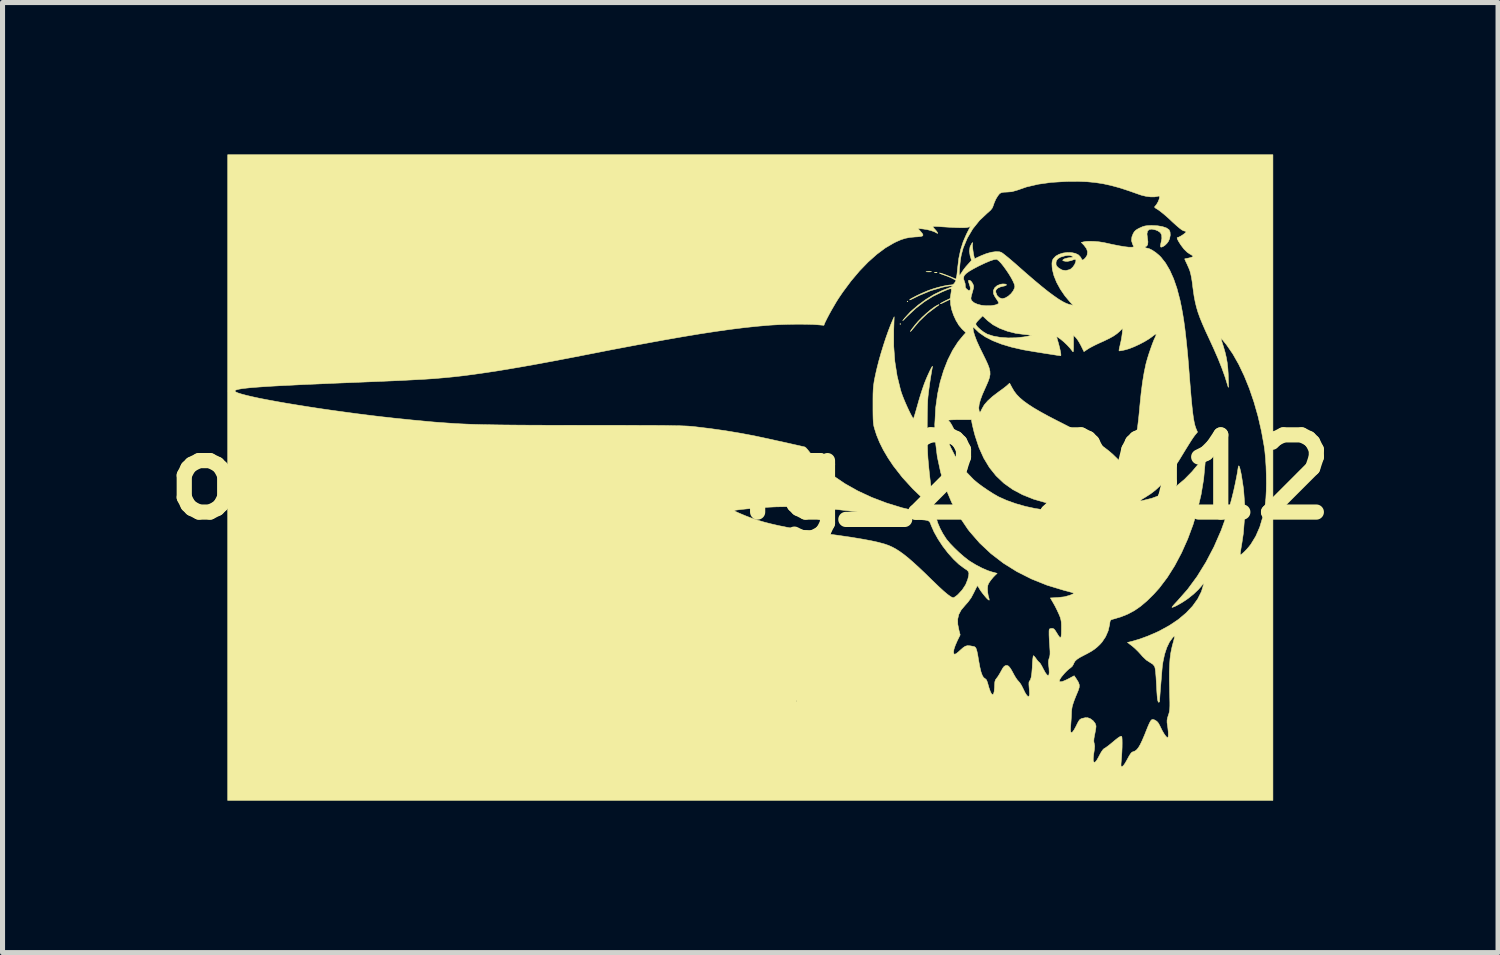
<source format=kicad_pcb>
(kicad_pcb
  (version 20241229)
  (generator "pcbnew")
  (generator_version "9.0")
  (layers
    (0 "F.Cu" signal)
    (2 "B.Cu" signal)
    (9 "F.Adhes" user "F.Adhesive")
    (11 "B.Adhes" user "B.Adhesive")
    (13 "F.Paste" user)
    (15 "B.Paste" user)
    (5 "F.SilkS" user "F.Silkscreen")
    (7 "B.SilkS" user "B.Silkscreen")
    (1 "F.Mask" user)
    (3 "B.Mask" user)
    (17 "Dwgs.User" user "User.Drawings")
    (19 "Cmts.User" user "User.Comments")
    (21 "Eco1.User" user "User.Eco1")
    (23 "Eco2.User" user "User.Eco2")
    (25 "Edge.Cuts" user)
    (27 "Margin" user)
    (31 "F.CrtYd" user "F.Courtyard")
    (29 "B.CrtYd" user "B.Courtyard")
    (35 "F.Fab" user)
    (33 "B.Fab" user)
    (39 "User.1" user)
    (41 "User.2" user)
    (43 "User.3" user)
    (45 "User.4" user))
  (footprint "otter_laying_2_2012"
    (layer "F.Cu")
    (at 11.764 6.371)
    (property "Reference" "otter_laying_2_2012" (at 0 0 0) (layer "F.SilkS") (effects (font (size 1.524 1.524) (thickness 0.3))))
    (attr through_hole)
    (fp_poly (pts (xy 2.969 -3.024) (xy 2.961 -3.016) (xy 2.953 -3.024) (xy 2.961 -3.032) (xy 2.969 -3.024)) (stroke (width 0.01) (type solid)) (fill yes) (layer "F.SilkS"))
    (fp_poly (pts (xy 3.111 -3.469) (xy 3.104 -3.461) (xy 3.096 -3.469) (xy 3.104 -3.477) (xy 3.111 -3.469)) (stroke (width 0.01) (type solid)) (fill yes) (layer "F.SilkS"))
    (fp_poly (pts (xy 3.568 -4.059) (xy 3.578 -4.056) (xy 3.56 -4.054) (xy 3.524 -4.053) (xy 3.485 -4.054) (xy 3.47 -4.056) (xy 3.481 -4.059) (xy 3.532 -4.062) (xy 3.568 -4.059)) (stroke (width 0.01) (type solid)) (fill yes) (layer "F.SilkS"))
    (fp_poly (pts (xy 3.687 -4.043) (xy 3.688 -4.037) (xy 3.663 -4.035) (xy 3.659 -4.035) (xy 3.635 -4.038) (xy 3.637 -4.042) (xy 3.64 -4.043) (xy 3.674 -4.046) (xy 3.687 -4.043)) (stroke (width 0.01) (type solid)) (fill yes) (layer "F.SilkS"))
    (fp_poly (pts (xy 3.72 -3.397) (xy 3.686 -3.373) (xy 3.663 -3.357) (xy 3.495 -3.23) (xy 3.335 -3.077) (xy 3.188 -2.902) (xy 3.184 -2.897) (xy 3.166 -2.877) (xy 3.16 -2.876) (xy 3.169 -2.893) (xy 3.193 -2.928) (xy 3.23 -2.975) (xy 3.254 -3.007) (xy 3.316 -3.078) (xy 3.392 -3.156) (xy 3.475 -3.232) (xy 3.556 -3.301) (xy 3.63 -3.356) (xy 3.669 -3.38) (xy 3.711 -3.403) (xy 3.728 -3.408) (xy 3.72 -3.397)) (stroke (width 0.01) (type solid)) (fill yes) (layer "F.SilkS"))
    (fp_poly (pts (xy 2.832 -2.897) (xy 2.832 -2.586) (xy 2.854 -2.285) (xy 2.899 -1.998) (xy 2.965 -1.729) (xy 2.984 -1.666) (xy 3.006 -1.606) (xy 3.034 -1.535) (xy 3.067 -1.457) (xy 3.102 -1.378) (xy 3.137 -1.304) (xy 3.169 -1.24) (xy 3.196 -1.191) (xy 3.214 -1.163) (xy 3.22 -1.159) (xy 3.228 -1.173) (xy 3.242 -1.214) (xy 3.26 -1.274) (xy 3.282 -1.351) (xy 3.3 -1.414) (xy 3.329 -1.517) (xy 3.362 -1.627) (xy 3.396 -1.732) (xy 3.427 -1.821) (xy 3.436 -1.846) (xy 3.464 -1.917) (xy 3.494 -1.988) (xy 3.524 -2.054) (xy 3.551 -2.111) (xy 3.574 -2.156) (xy 3.59 -2.183) (xy 3.598 -2.188) (xy 3.596 -2.175) (xy 3.585 -2.116) (xy 3.571 -2.033) (xy 3.555 -1.936) (xy 3.54 -1.833) (xy 3.526 -1.732) (xy 3.515 -1.642) (xy 3.509 -1.59) (xy 3.503 -1.514) (xy 3.499 -1.412) (xy 3.496 -1.29) (xy 3.494 -1.154) (xy 3.493 -1.011) (xy 3.494 -0.865) (xy 3.495 -0.723) (xy 3.498 -0.592) (xy 3.502 -0.476) (xy 3.507 -0.382) (xy 3.509 -0.357) (xy 3.526 -0.17) (xy 3.546 0.015) (xy 3.567 0.189) (xy 3.589 0.344) (xy 3.604 0.436) (xy 3.615 0.506) (xy 3.624 0.564) (xy 3.629 0.602) (xy 3.629 0.615) (xy 3.616 0.606) (xy 3.584 0.58) (xy 3.538 0.54) (xy 3.48 0.489) (xy 3.451 0.463) (xy 3.212 0.234) (xy 3.003 0.006) (xy 2.824 -0.224) (xy 2.72 -0.379) (xy 2.627 -0.537) (xy 2.553 -0.685) (xy 2.493 -0.832) (xy 2.465 -0.92) (xy 2.451 -0.965) (xy 2.44 -1.006) (xy 2.433 -1.047) (xy 2.428 -1.094) (xy 2.425 -1.152) (xy 2.423 -1.227) (xy 2.422 -1.324) (xy 2.422 -1.413) (xy 2.422 -1.541) (xy 2.423 -1.645) (xy 2.427 -1.733) (xy 2.434 -1.811) (xy 2.445 -1.888) (xy 2.461 -1.971) (xy 2.482 -2.069) (xy 2.503 -2.159) (xy 2.537 -2.293) (xy 2.579 -2.441) (xy 2.626 -2.594) (xy 2.675 -2.745) (xy 2.725 -2.886) (xy 2.773 -3.011) (xy 2.811 -3.101) (xy 2.841 -3.167) (xy 2.832 -2.897)) (stroke (width 0.01) (type solid)) (fill yes) (layer "F.SilkS"))
    (fp_poly (pts (xy 10.319 6.382) (xy -10.319 6.382) (xy -10.319 4.421) (xy 0.905 4.421) (xy 0.913 4.429) (xy 0.921 4.421) (xy 0.913 4.413) (xy 0.905 4.421) (xy -10.319 4.421) (xy -10.319 0.66) (xy -0.315 0.66) (xy -0.306 0.669) (xy -0.272 0.687) (xy -0.219 0.711) (xy -0.153 0.739) (xy -0.08 0.769) (xy -0.004 0.798) (xy 0.052 0.818) (xy 0.163 0.855) (xy 0.282 0.89) (xy 0.412 0.923) (xy 0.555 0.956) (xy 0.714 0.988) (xy 0.892 1.021) (xy 1.092 1.054) (xy 1.316 1.089) (xy 1.567 1.126) (xy 1.746 1.151) (xy 1.988 1.186) (xy 2.199 1.221) (xy 2.379 1.254) (xy 2.528 1.287) (xy 2.647 1.319) (xy 2.731 1.348) (xy 2.802 1.38) (xy 2.873 1.418) (xy 2.947 1.465) (xy 3.026 1.522) (xy 3.113 1.591) (xy 3.211 1.676) (xy 3.322 1.777) (xy 3.449 1.897) (xy 3.594 2.039) (xy 3.604 2.048) (xy 3.722 2.162) (xy 3.82 2.252) (xy 3.899 2.318) (xy 3.959 2.361) (xy 4 2.38) (xy 4.009 2.381) (xy 4.03 2.371) (xy 4.066 2.346) (xy 4.1 2.318) (xy 4.184 2.227) (xy 4.252 2.123) (xy 4.295 2.015) (xy 4.295 2.013) (xy 4.312 1.944) (xy 4.316 1.897) (xy 4.305 1.864) (xy 4.277 1.834) (xy 4.227 1.801) (xy 4.227 1.801) (xy 4.121 1.722) (xy 4.012 1.619) (xy 3.903 1.497) (xy 3.8 1.363) (xy 3.707 1.222) (xy 3.628 1.081) (xy 3.572 0.954) (xy 3.558 0.915) (xy 3.544 0.887) (xy 3.525 0.868) (xy 3.496 0.855) (xy 3.452 0.847) (xy 3.388 0.841) (xy 3.297 0.834) (xy 3.294 0.833) (xy 3.204 0.825) (xy 3.088 0.813) (xy 2.948 0.797) (xy 2.79 0.777) (xy 2.618 0.755) (xy 2.436 0.731) (xy 2.322 0.715) (xy 2.005 0.673) (xy 1.714 0.639) (xy 1.446 0.613) (xy 1.195 0.595) (xy 0.959 0.585) (xy 0.733 0.582) (xy 0.512 0.586) (xy 0.445 0.589) (xy 0.347 0.594) (xy 0.242 0.6) (xy 0.133 0.608) (xy 0.026 0.617) (xy -0.074 0.627) (xy -0.163 0.636) (xy -0.236 0.645) (xy -0.288 0.652) (xy -0.314 0.659) (xy -0.315 0.66) (xy -10.319 0.66) (xy -10.319 -1.7) (xy -10.176 -1.7) (xy -10.16 -1.683) (xy -10.116 -1.663) (xy -10.043 -1.64) (xy -9.945 -1.614) (xy -9.824 -1.586) (xy -9.681 -1.555) (xy -9.519 -1.524) (xy -9.34 -1.491) (xy -9.146 -1.457) (xy -8.938 -1.423) (xy -8.719 -1.388) (xy -8.491 -1.353) (xy -8.255 -1.319) (xy -8.015 -1.286) (xy -7.771 -1.253) (xy -7.527 -1.222) (xy -7.283 -1.193) (xy -7.043 -1.166) (xy -6.826 -1.144) (xy -6.662 -1.127) (xy -6.51 -1.113) (xy -6.367 -1.099) (xy -6.231 -1.087) (xy -6.1 -1.077) (xy -5.971 -1.068) (xy -5.841 -1.059) (xy -5.709 -1.052) (xy -5.573 -1.046) (xy -5.429 -1.041) (xy -5.275 -1.037) (xy -5.11 -1.034) (xy -4.93 -1.031) (xy -4.733 -1.029) (xy -4.517 -1.027) (xy -4.28 -1.026) (xy -4.019 -1.025) (xy -3.732 -1.025) (xy -3.416 -1.024) (xy -3.302 -1.024) (xy -3.007 -1.024) (xy -2.743 -1.024) (xy -2.506 -1.024) (xy -2.295 -1.023) (xy -2.109 -1.022) (xy -1.945 -1.022) (xy -1.802 -1.021) (xy -1.677 -1.02) (xy -1.569 -1.018) (xy -1.477 -1.016) (xy -1.397 -1.015) (xy -1.328 -1.012) (xy -1.269 -1.01) (xy -1.217 -1.007) (xy -1.171 -1.003) (xy -1.129 -1) (xy -1.088 -0.995) (xy -1.087 -0.995) (xy -0.788 -0.959) (xy -0.486 -0.916) (xy -0.192 -0.867) (xy 0.084 -0.815) (xy 0.144 -0.802) (xy 0.224 -0.785) (xy 0.318 -0.765) (xy 0.424 -0.742) (xy 0.534 -0.717) (xy 0.646 -0.693) (xy 0.754 -0.669) (xy 0.854 -0.646) (xy 0.941 -0.627) (xy 1.011 -0.611) (xy 1.059 -0.6) (xy 1.079 -0.595) (xy 1.1 -0.578) (xy 1.132 -0.543) (xy 1.167 -0.498) (xy 1.221 -0.429) (xy 1.294 -0.347) (xy 1.379 -0.26) (xy 1.469 -0.174) (xy 1.557 -0.094) (xy 1.636 -0.03) (xy 1.64 -0.026) (xy 1.869 0.129) (xy 2.123 0.272) (xy 2.399 0.4) (xy 2.691 0.511) (xy 2.997 0.605) (xy 3.312 0.68) (xy 3.483 0.711) (xy 3.657 0.739) (xy 3.675 0.82) (xy 3.703 0.909) (xy 3.747 1.011) (xy 3.802 1.115) (xy 3.863 1.21) (xy 3.88 1.234) (xy 3.945 1.311) (xy 4.029 1.398) (xy 4.122 1.487) (xy 4.217 1.57) (xy 4.305 1.639) (xy 4.335 1.66) (xy 4.453 1.732) (xy 4.574 1.795) (xy 4.689 1.845) (xy 4.775 1.873) (xy 4.874 1.899) (xy 4.833 1.938) (xy 4.799 1.973) (xy 4.759 2.021) (xy 4.737 2.05) (xy 4.705 2.098) (xy 4.689 2.14) (xy 4.684 2.19) (xy 4.684 2.217) (xy 4.688 2.28) (xy 4.698 2.341) (xy 4.706 2.369) (xy 4.716 2.406) (xy 4.717 2.427) (xy 4.715 2.429) (xy 4.695 2.417) (xy 4.663 2.386) (xy 4.625 2.342) (xy 4.585 2.292) (xy 4.549 2.243) (xy 4.533 2.218) (xy 4.508 2.176) (xy 4.49 2.149) (xy 4.485 2.143) (xy 4.476 2.156) (xy 4.457 2.192) (xy 4.431 2.245) (xy 4.413 2.282) (xy 4.36 2.382) (xy 4.298 2.467) (xy 4.239 2.533) (xy 4.164 2.622) (xy 4.117 2.71) (xy 4.095 2.803) (xy 4.097 2.907) (xy 4.12 3.022) (xy 4.144 3.114) (xy 4.088 3.228) (xy 4.047 3.322) (xy 4.021 3.399) (xy 4.013 3.455) (xy 4.021 3.489) (xy 4.025 3.493) (xy 4.041 3.496) (xy 4.068 3.483) (xy 4.109 3.45) (xy 4.146 3.416) (xy 4.201 3.368) (xy 4.244 3.339) (xy 4.287 3.327) (xy 4.339 3.33) (xy 4.409 3.343) (xy 4.431 3.35) (xy 4.448 3.365) (xy 4.462 3.392) (xy 4.475 3.436) (xy 4.489 3.501) (xy 4.504 3.592) (xy 4.509 3.621) (xy 4.532 3.747) (xy 4.555 3.844) (xy 4.58 3.913) (xy 4.606 3.957) (xy 4.634 3.976) (xy 4.663 4.002) (xy 4.683 4.053) (xy 4.713 4.159) (xy 4.74 4.234) (xy 4.764 4.28) (xy 4.785 4.295) (xy 4.802 4.28) (xy 4.815 4.234) (xy 4.822 4.157) (xy 4.824 4.105) (xy 4.828 4.043) (xy 4.84 4.003) (xy 4.862 3.973) (xy 4.887 3.94) (xy 4.919 3.889) (xy 4.952 3.831) (xy 4.953 3.829) (xy 4.985 3.771) (xy 5.011 3.738) (xy 5.035 3.722) (xy 5.051 3.718) (xy 5.076 3.719) (xy 5.099 3.731) (xy 5.124 3.759) (xy 5.155 3.806) (xy 5.194 3.877) (xy 5.207 3.902) (xy 5.239 3.957) (xy 5.272 4.004) (xy 5.297 4.032) (xy 5.322 4.061) (xy 5.353 4.109) (xy 5.382 4.166) (xy 5.384 4.17) (xy 5.423 4.251) (xy 5.457 4.305) (xy 5.483 4.33) (xy 5.502 4.327) (xy 5.512 4.298) (xy 5.513 4.264) (xy 5.51 4.211) (xy 5.505 4.152) (xy 5.501 4.094) (xy 5.502 4.052) (xy 5.508 4.033) (xy 5.508 4.032) (xy 5.529 4.005) (xy 5.546 3.952) (xy 5.558 3.87) (xy 5.567 3.759) (xy 5.568 3.727) (xy 5.572 3.651) (xy 5.578 3.588) (xy 5.584 3.544) (xy 5.589 3.525) (xy 5.59 3.524) (xy 5.606 3.536) (xy 5.631 3.567) (xy 5.645 3.587) (xy 5.673 3.625) (xy 5.698 3.651) (xy 5.705 3.656) (xy 5.721 3.673) (xy 5.745 3.711) (xy 5.774 3.764) (xy 5.783 3.783) (xy 5.824 3.858) (xy 5.857 3.903) (xy 5.881 3.917) (xy 5.897 3.9) (xy 5.902 3.854) (xy 5.898 3.777) (xy 5.895 3.749) (xy 5.887 3.678) (xy 5.888 3.629) (xy 5.896 3.59) (xy 5.902 3.572) (xy 5.913 3.538) (xy 5.918 3.495) (xy 5.918 3.437) (xy 5.913 3.356) (xy 5.913 3.35) (xy 5.907 3.267) (xy 5.902 3.185) (xy 5.899 3.115) (xy 5.899 3.088) (xy 5.899 3.035) (xy 5.903 3.006) (xy 5.915 2.993) (xy 5.939 2.988) (xy 5.946 2.988) (xy 5.974 2.988) (xy 5.996 2.998) (xy 6.019 3.025) (xy 6.05 3.074) (xy 6.085 3.13) (xy 6.11 3.162) (xy 6.127 3.167) (xy 6.137 3.145) (xy 6.142 3.094) (xy 6.143 3.013) (xy 6.143 2.998) (xy 6.143 2.917) (xy 6.14 2.858) (xy 6.132 2.812) (xy 6.12 2.768) (xy 6.099 2.717) (xy 6.091 2.699) (xy 6.057 2.625) (xy 6.018 2.547) (xy 5.982 2.483) (xy 5.925 2.385) (xy 6.07 2.377) (xy 6.203 2.362) (xy 6.307 2.333) (xy 6.353 2.314) (xy 6.384 2.298) (xy 6.392 2.291) (xy 6.375 2.285) (xy 6.333 2.272) (xy 6.272 2.255) (xy 6.198 2.236) (xy 6.181 2.231) (xy 5.858 2.133) (xy 5.552 2.01) (xy 5.264 1.865) (xy 4.997 1.698) (xy 4.751 1.509) (xy 4.528 1.3) (xy 4.329 1.071) (xy 4.293 1.024) (xy 4.121 0.768) (xy 3.974 0.495) (xy 3.853 0.207) (xy 3.759 -0.093) (xy 3.692 -0.403) (xy 3.653 -0.721) (xy 3.642 -1.044) (xy 3.647 -1.12) (xy 3.904 -1.12) (xy 3.914 -1.11) (xy 3.918 -1.109) (xy 3.943 -1.085) (xy 3.974 -1.037) (xy 4.009 -0.969) (xy 4.044 -0.885) (xy 4.047 -0.877) (xy 4.079 -0.805) (xy 4.11 -0.748) (xy 4.138 -0.715) (xy 4.138 -0.715) (xy 4.178 -0.684) (xy 4.133 -0.672) (xy 4.09 -0.665) (xy 4.033 -0.661) (xy 4.006 -0.661) (xy 3.923 -0.663) (xy 3.963 -0.574) (xy 4.046 -0.411) (xy 4.152 -0.247) (xy 4.273 -0.093) (xy 4.402 0.041) (xy 4.418 0.056) (xy 4.492 0.118) (xy 4.585 0.187) (xy 4.687 0.257) (xy 4.788 0.322) (xy 4.879 0.375) (xy 4.905 0.389) (xy 5.064 0.46) (xy 5.244 0.524) (xy 5.434 0.578) (xy 5.625 0.619) (xy 5.731 0.635) (xy 5.783 0.64) (xy 5.855 0.643) (xy 5.944 0.644) (xy 6.041 0.644) (xy 6.142 0.643) (xy 6.24 0.641) (xy 6.331 0.638) (xy 6.407 0.634) (xy 6.463 0.629) (xy 6.492 0.623) (xy 6.507 0.615) (xy 6.502 0.609) (xy 6.472 0.603) (xy 6.413 0.597) (xy 6.413 0.597) (xy 6.115 0.559) (xy 5.843 0.506) (xy 5.598 0.436) (xy 5.377 0.348) (xy 5.18 0.243) (xy 5.005 0.118) (xy 4.853 -0.026) (xy 4.721 -0.191) (xy 4.609 -0.377) (xy 4.515 -0.585) (xy 4.439 -0.816) (xy 4.423 -0.873) (xy 4.405 -0.945) (xy 4.389 -1.012) (xy 4.378 -1.063) (xy 4.375 -1.079) (xy 4.366 -1.135) (xy 4.135 -1.135) (xy 4.034 -1.134) (xy 3.962 -1.131) (xy 3.92 -1.127) (xy 3.904 -1.12) (xy 3.647 -1.12) (xy 3.66 -1.37) (xy 3.698 -1.643) (xy 3.749 -1.879) (xy 3.817 -2.104) (xy 3.899 -2.314) (xy 3.995 -2.505) (xy 4.103 -2.673) (xy 4.211 -2.804) (xy 4.257 -2.854) (xy 4.186 -2.92) (xy 4.166 -2.944) (xy 4.397 -2.944) (xy 4.405 -2.88) (xy 4.43 -2.796) (xy 4.47 -2.69) (xy 4.529 -2.56) (xy 4.591 -2.434) (xy 4.647 -2.32) (xy 4.689 -2.229) (xy 4.717 -2.154) (xy 4.732 -2.09) (xy 4.734 -2.03) (xy 4.723 -1.968) (xy 4.7 -1.9) (xy 4.665 -1.818) (xy 4.64 -1.762) (xy 4.582 -1.631) (xy 4.542 -1.523) (xy 4.519 -1.436) (xy 4.511 -1.366) (xy 4.518 -1.311) (xy 4.521 -1.303) (xy 4.53 -1.284) (xy 4.539 -1.282) (xy 4.552 -1.303) (xy 4.574 -1.348) (xy 4.576 -1.352) (xy 4.62 -1.428) (xy 4.688 -1.506) (xy 4.781 -1.591) (xy 4.902 -1.683) (xy 4.913 -1.691) (xy 4.973 -1.734) (xy 5.027 -1.775) (xy 5.068 -1.808) (xy 5.08 -1.819) (xy 5.12 -1.856) (xy 5.168 -1.766) (xy 5.208 -1.698) (xy 5.257 -1.633) (xy 5.319 -1.569) (xy 5.395 -1.504) (xy 5.488 -1.437) (xy 5.599 -1.365) (xy 5.733 -1.287) (xy 5.89 -1.201) (xy 6.074 -1.106) (xy 6.128 -1.079) (xy 6.327 -0.977) (xy 6.499 -0.886) (xy 6.649 -0.804) (xy 6.779 -0.727) (xy 6.892 -0.656) (xy 6.991 -0.586) (xy 7.08 -0.517) (xy 7.161 -0.447) (xy 7.238 -0.372) (xy 7.279 -0.33) (xy 7.406 -0.195) (xy 7.433 -0.244) (xy 7.452 -0.283) (xy 7.477 -0.34) (xy 7.504 -0.404) (xy 7.507 -0.413) (xy 7.543 -0.509) (xy 7.574 -0.61) (xy 7.601 -0.72) (xy 7.625 -0.843) (xy 7.646 -0.983) (xy 7.666 -1.145) (xy 7.685 -1.334) (xy 7.691 -1.405) (xy 7.716 -1.653) (xy 7.744 -1.874) (xy 7.776 -2.066) (xy 7.81 -2.228) (xy 7.818 -2.26) (xy 7.842 -2.345) (xy 7.872 -2.441) (xy 7.906 -2.54) (xy 7.939 -2.632) (xy 7.97 -2.711) (xy 7.995 -2.765) (xy 8.013 -2.807) (xy 8.013 -2.825) (xy 7.993 -2.819) (xy 7.952 -2.789) (xy 7.94 -2.779) (xy 7.872 -2.73) (xy 7.783 -2.676) (xy 7.682 -2.623) (xy 7.578 -2.575) (xy 7.481 -2.537) (xy 7.407 -2.515) (xy 7.349 -2.502) (xy 7.305 -2.495) (xy 7.282 -2.493) (xy 7.281 -2.493) (xy 7.281 -2.511) (xy 7.288 -2.551) (xy 7.301 -2.605) (xy 7.302 -2.612) (xy 7.32 -2.689) (xy 7.335 -2.774) (xy 7.343 -2.832) (xy 7.354 -2.941) (xy 7.292 -2.879) (xy 7.239 -2.833) (xy 7.173 -2.787) (xy 7.089 -2.74) (xy 6.982 -2.688) (xy 6.899 -2.651) (xy 6.824 -2.616) (xy 6.751 -2.579) (xy 6.69 -2.546) (xy 6.665 -2.53) (xy 6.588 -2.478) (xy 6.53 -2.596) (xy 6.496 -2.658) (xy 6.461 -2.714) (xy 6.431 -2.753) (xy 6.427 -2.757) (xy 6.382 -2.8) (xy 6.382 -2.627) (xy 6.382 -2.551) (xy 6.38 -2.504) (xy 6.377 -2.479) (xy 6.371 -2.474) (xy 6.362 -2.484) (xy 6.356 -2.493) (xy 6.314 -2.546) (xy 6.256 -2.609) (xy 6.192 -2.67) (xy 6.131 -2.721) (xy 6.113 -2.734) (xy 6.073 -2.762) (xy 6.054 -2.772) (xy 6.05 -2.766) (xy 6.055 -2.745) (xy 6.084 -2.645) (xy 6.107 -2.557) (xy 6.123 -2.484) (xy 6.132 -2.431) (xy 6.132 -2.402) (xy 6.129 -2.397) (xy 6.107 -2.4) (xy 6.059 -2.406) (xy 5.991 -2.417) (xy 5.907 -2.43) (xy 5.815 -2.444) (xy 5.718 -2.46) (xy 5.622 -2.475) (xy 5.534 -2.49) (xy 5.457 -2.503) (xy 5.399 -2.513) (xy 5.374 -2.518) (xy 5.156 -2.568) (xy 4.959 -2.627) (xy 4.786 -2.695) (xy 4.638 -2.771) (xy 4.518 -2.854) (xy 4.441 -2.927) (xy 4.414 -2.955) (xy 4.401 -2.961) (xy 4.397 -2.947) (xy 4.397 -2.944) (xy 4.166 -2.944) (xy 4.123 -2.993) (xy 4.108 -3.018) (xy 4.453 -3.018) (xy 4.458 -3.005) (xy 4.491 -2.962) (xy 4.543 -2.914) (xy 4.604 -2.867) (xy 4.665 -2.831) (xy 4.68 -2.823) (xy 4.798 -2.785) (xy 4.937 -2.76) (xy 5.09 -2.749) (xy 5.25 -2.752) (xy 5.403 -2.769) (xy 5.466 -2.78) (xy 5.516 -2.79) (xy 5.546 -2.797) (xy 5.551 -2.799) (xy 5.539 -2.803) (xy 5.502 -2.808) (xy 5.447 -2.814) (xy 5.412 -2.817) (xy 5.24 -2.84) (xy 5.075 -2.882) (xy 4.924 -2.939) (xy 4.791 -3.01) (xy 4.683 -3.093) (xy 4.674 -3.102) (xy 4.588 -3.184) (xy 4.515 -3.11) (xy 4.476 -3.068) (xy 4.456 -3.039) (xy 4.453 -3.018) (xy 4.108 -3.018) (xy 4.064 -3.089) (xy 4.014 -3.197) (xy 3.976 -3.308) (xy 3.955 -3.413) (xy 3.953 -3.458) (xy 3.951 -3.493) (xy 3.945 -3.508) (xy 3.944 -3.508) (xy 3.927 -3.502) (xy 3.89 -3.484) (xy 3.84 -3.46) (xy 3.84 -3.46) (xy 3.793 -3.437) (xy 3.762 -3.425) (xy 3.751 -3.424) (xy 3.752 -3.424) (xy 3.769 -3.438) (xy 3.807 -3.459) (xy 3.853 -3.483) (xy 3.947 -3.527) (xy 3.962 -3.629) (xy 3.969 -3.674) (xy 3.971 -3.703) (xy 3.964 -3.718) (xy 3.944 -3.72) (xy 3.906 -3.708) (xy 3.846 -3.683) (xy 3.78 -3.655) (xy 3.604 -3.569) (xy 3.435 -3.463) (xy 3.27 -3.335) (xy 3.102 -3.179) (xy 3.092 -3.169) (xy 3.044 -3.121) (xy 3.017 -3.094) (xy 3.009 -3.089) (xy 3.019 -3.104) (xy 3.046 -3.137) (xy 3.047 -3.139) (xy 3.165 -3.268) (xy 3.308 -3.392) (xy 3.466 -3.508) (xy 3.632 -3.609) (xy 3.799 -3.689) (xy 3.889 -3.723) (xy 3.952 -3.747) (xy 3.985 -3.764) (xy 3.991 -3.775) (xy 3.971 -3.779) (xy 3.926 -3.775) (xy 3.86 -3.764) (xy 3.785 -3.747) (xy 3.558 -3.68) (xy 3.335 -3.587) (xy 3.264 -3.552) (xy 3.208 -3.524) (xy 3.167 -3.505) (xy 3.145 -3.498) (xy 3.144 -3.501) (xy 3.167 -3.519) (xy 3.214 -3.545) (xy 3.277 -3.578) (xy 3.349 -3.613) (xy 3.425 -3.647) (xy 3.498 -3.678) (xy 3.532 -3.691) (xy 3.616 -3.72) (xy 3.708 -3.747) (xy 3.798 -3.769) (xy 3.879 -3.786) (xy 3.941 -3.794) (xy 3.953 -3.794) (xy 3.998 -3.8) (xy 4.027 -3.825) (xy 4.036 -3.839) (xy 4.063 -3.884) (xy 4.004 -3.917) (xy 3.959 -3.939) (xy 3.897 -3.965) (xy 3.831 -3.989) (xy 3.826 -3.991) (xy 3.775 -4.009) (xy 3.743 -4.023) (xy 3.735 -4.031) (xy 3.739 -4.032) (xy 3.765 -4.026) (xy 3.813 -4.01) (xy 3.875 -3.987) (xy 3.945 -3.96) (xy 4.013 -3.931) (xy 4.057 -3.912) (xy 4.066 -3.924) (xy 4.071 -3.949) (xy 4.211 -3.949) (xy 4.212 -3.91) (xy 4.227 -3.867) (xy 4.227 -3.866) (xy 4.242 -3.822) (xy 4.245 -3.784) (xy 4.244 -3.781) (xy 4.249 -3.743) (xy 4.269 -3.716) (xy 4.306 -3.688) (xy 4.332 -3.687) (xy 4.344 -3.711) (xy 4.341 -3.756) (xy 4.326 -3.804) (xy 4.312 -3.847) (xy 4.306 -3.877) (xy 4.308 -3.884) (xy 4.331 -3.888) (xy 4.359 -3.868) (xy 4.387 -3.829) (xy 4.392 -3.819) (xy 4.405 -3.79) (xy 4.41 -3.763) (xy 4.406 -3.731) (xy 4.394 -3.683) (xy 4.383 -3.644) (xy 4.365 -3.582) (xy 4.357 -3.542) (xy 4.357 -3.516) (xy 4.366 -3.495) (xy 4.372 -3.485) (xy 4.414 -3.446) (xy 4.48 -3.416) (xy 4.562 -3.394) (xy 4.655 -3.384) (xy 4.749 -3.385) (xy 4.835 -3.399) (xy 4.877 -3.414) (xy 4.902 -3.43) (xy 4.905 -3.436) (xy 4.897 -3.46) (xy 4.874 -3.498) (xy 4.858 -3.521) (xy 4.828 -3.568) (xy 4.806 -3.612) (xy 4.801 -3.627) (xy 4.8 -3.687) (xy 4.827 -3.741) (xy 4.876 -3.783) (xy 4.942 -3.809) (xy 4.987 -3.815) (xy 5.037 -3.812) (xy 5.059 -3.801) (xy 5.051 -3.787) (xy 5.013 -3.773) (xy 4.993 -3.77) (xy 4.939 -3.756) (xy 4.891 -3.734) (xy 4.88 -3.726) (xy 4.851 -3.697) (xy 4.846 -3.663) (xy 4.849 -3.646) (xy 4.873 -3.586) (xy 4.916 -3.543) (xy 4.969 -3.525) (xy 4.976 -3.524) (xy 5.033 -3.538) (xy 5.093 -3.573) (xy 5.149 -3.623) (xy 5.193 -3.681) (xy 5.219 -3.739) (xy 5.223 -3.766) (xy 5.214 -3.808) (xy 5.189 -3.866) (xy 5.152 -3.936) (xy 5.107 -4.011) (xy 5.056 -4.087) (xy 5.004 -4.159) (xy 4.954 -4.222) (xy 4.909 -4.269) (xy 4.873 -4.297) (xy 4.857 -4.302) (xy 4.806 -4.294) (xy 4.732 -4.269) (xy 4.637 -4.229) (xy 4.523 -4.175) (xy 4.516 -4.172) (xy 4.406 -4.114) (xy 4.323 -4.066) (xy 4.265 -4.024) (xy 4.228 -3.986) (xy 4.211 -3.949) (xy 4.071 -3.949) (xy 4.075 -3.966) (xy 4.082 -4.016) (xy 4.126 -4.016) (xy 4.129 -3.988) (xy 4.132 -3.985) (xy 4.144 -3.997) (xy 4.166 -4.029) (xy 4.181 -4.052) (xy 4.214 -4.101) (xy 4.259 -4.158) (xy 4.293 -4.196) (xy 4.33 -4.237) (xy 4.356 -4.267) (xy 4.366 -4.282) (xy 4.361 -4.301) (xy 4.35 -4.341) (xy 4.34 -4.372) (xy 4.326 -4.463) (xy 4.339 -4.549) (xy 4.372 -4.612) (xy 4.388 -4.632) (xy 4.391 -4.625) (xy 4.388 -4.603) (xy 4.387 -4.571) (xy 4.391 -4.523) (xy 4.398 -4.465) (xy 4.407 -4.408) (xy 4.417 -4.358) (xy 4.426 -4.325) (xy 4.433 -4.315) (xy 4.452 -4.323) (xy 4.492 -4.342) (xy 4.545 -4.366) (xy 4.562 -4.374) (xy 4.663 -4.414) (xy 4.761 -4.441) (xy 4.85 -4.453) (xy 4.922 -4.449) (xy 4.956 -4.438) (xy 4.984 -4.42) (xy 5.03 -4.384) (xy 5.091 -4.335) (xy 5.163 -4.274) (xy 5.241 -4.207) (xy 5.263 -4.187) (xy 5.447 -4.025) (xy 5.611 -3.884) (xy 5.755 -3.764) (xy 5.881 -3.663) (xy 5.992 -3.581) (xy 6.087 -3.515) (xy 6.17 -3.465) (xy 6.24 -3.43) (xy 6.301 -3.409) (xy 6.318 -3.405) (xy 6.374 -3.394) (xy 6.316 -3.455) (xy 6.212 -3.579) (xy 6.122 -3.711) (xy 6.048 -3.846) (xy 5.995 -3.978) (xy 5.964 -4.101) (xy 5.959 -4.148) (xy 5.956 -4.214) (xy 5.958 -4.235) (xy 6.036 -4.235) (xy 6.037 -4.196) (xy 6.052 -4.165) (xy 6.088 -4.13) (xy 6.155 -4.09) (xy 6.23 -4.079) (xy 6.305 -4.098) (xy 6.327 -4.11) (xy 6.368 -4.147) (xy 6.404 -4.198) (xy 6.426 -4.252) (xy 6.429 -4.277) (xy 6.425 -4.296) (xy 6.409 -4.3) (xy 6.375 -4.291) (xy 6.342 -4.277) (xy 6.262 -4.26) (xy 6.219 -4.263) (xy 6.18 -4.271) (xy 6.168 -4.28) (xy 6.177 -4.295) (xy 6.18 -4.298) (xy 6.209 -4.313) (xy 6.257 -4.326) (xy 6.297 -4.333) (xy 6.348 -4.339) (xy 6.371 -4.345) (xy 6.371 -4.352) (xy 6.35 -4.363) (xy 6.345 -4.366) (xy 6.311 -4.378) (xy 6.273 -4.379) (xy 6.217 -4.37) (xy 6.21 -4.369) (xy 6.128 -4.345) (xy 6.073 -4.313) (xy 6.043 -4.271) (xy 6.036 -4.235) (xy 5.958 -4.235) (xy 5.96 -4.258) (xy 5.971 -4.292) (xy 5.982 -4.312) (xy 6.03 -4.363) (xy 6.096 -4.4) (xy 6.175 -4.425) (xy 6.259 -4.436) (xy 6.343 -4.434) (xy 6.419 -4.418) (xy 6.481 -4.387) (xy 6.523 -4.342) (xy 6.528 -4.332) (xy 6.544 -4.3) (xy 6.556 -4.286) (xy 6.557 -4.286) (xy 6.586 -4.299) (xy 6.618 -4.331) (xy 6.645 -4.372) (xy 6.651 -4.387) (xy 6.659 -4.45) (xy 6.639 -4.512) (xy 6.59 -4.578) (xy 6.585 -4.583) (xy 6.536 -4.634) (xy 6.582 -4.646) (xy 6.636 -4.655) (xy 6.712 -4.657) (xy 6.799 -4.654) (xy 6.889 -4.646) (xy 6.971 -4.633) (xy 6.993 -4.629) (xy 7.151 -4.594) (xy 7.283 -4.568) (xy 7.39 -4.55) (xy 7.468 -4.541) (xy 7.494 -4.54) (xy 7.539 -4.541) (xy 7.567 -4.544) (xy 7.572 -4.546) (xy 7.566 -4.563) (xy 7.55 -4.596) (xy 7.549 -4.598) (xy 7.527 -4.668) (xy 7.534 -4.743) (xy 7.558 -4.805) (xy 7.582 -4.846) (xy 7.613 -4.877) (xy 7.66 -4.906) (xy 7.691 -4.921) (xy 7.745 -4.945) (xy 7.792 -4.959) (xy 7.842 -4.966) (xy 7.909 -4.969) (xy 7.934 -4.969) (xy 8.045 -4.963) (xy 8.141 -4.946) (xy 8.217 -4.92) (xy 8.266 -4.886) (xy 8.267 -4.886) (xy 8.288 -4.84) (xy 8.292 -4.778) (xy 8.279 -4.71) (xy 8.255 -4.655) (xy 8.225 -4.615) (xy 8.187 -4.578) (xy 8.148 -4.552) (xy 8.116 -4.541) (xy 8.102 -4.545) (xy 8.098 -4.566) (xy 8.104 -4.606) (xy 8.109 -4.628) (xy 8.126 -4.715) (xy 8.122 -4.78) (xy 8.097 -4.828) (xy 8.047 -4.863) (xy 8.003 -4.881) (xy 7.929 -4.897) (xy 7.876 -4.89) (xy 7.844 -4.859) (xy 7.832 -4.803) (xy 7.841 -4.723) (xy 7.842 -4.715) (xy 7.851 -4.646) (xy 7.846 -4.594) (xy 7.828 -4.563) (xy 7.81 -4.556) (xy 7.795 -4.544) (xy 7.795 -4.54) (xy 7.808 -4.527) (xy 7.823 -4.524) (xy 7.872 -4.513) (xy 7.935 -4.482) (xy 8.004 -4.436) (xy 8.071 -4.38) (xy 8.108 -4.343) (xy 8.198 -4.229) (xy 8.282 -4.086) (xy 8.358 -3.917) (xy 8.424 -3.726) (xy 8.479 -3.516) (xy 8.485 -3.493) (xy 8.512 -3.362) (xy 8.537 -3.227) (xy 8.56 -3.084) (xy 8.581 -2.929) (xy 8.601 -2.758) (xy 8.621 -2.57) (xy 8.641 -2.359) (xy 8.66 -2.122) (xy 8.675 -1.929) (xy 8.692 -1.722) (xy 8.707 -1.544) (xy 8.722 -1.393) (xy 8.736 -1.268) (xy 8.75 -1.165) (xy 8.765 -1.083) (xy 8.78 -1.019) (xy 8.796 -0.971) (xy 8.798 -0.965) (xy 8.83 -0.89) (xy 8.774 -0.822) (xy 8.748 -0.786) (xy 8.709 -0.728) (xy 8.663 -0.655) (xy 8.612 -0.573) (xy 8.575 -0.513) (xy 8.463 -0.329) (xy 8.361 -0.171) (xy 8.266 -0.037) (xy 8.176 0.077) (xy 8.088 0.174) (xy 7.999 0.256) (xy 7.908 0.326) (xy 7.812 0.388) (xy 7.796 0.398) (xy 7.738 0.433) (xy 7.706 0.457) (xy 7.702 0.469) (xy 7.726 0.468) (xy 7.727 0.467) (xy 7.925 0.418) (xy 8.103 0.353) (xy 8.268 0.271) (xy 8.423 0.169) (xy 8.572 0.044) (xy 8.719 -0.106) (xy 8.859 -0.272) (xy 8.99 -0.437) (xy 8.979 -0.262) (xy 8.951 0.039) (xy 8.901 0.342) (xy 8.83 0.642) (xy 8.742 0.937) (xy 8.636 1.222) (xy 8.515 1.493) (xy 8.38 1.748) (xy 8.233 1.981) (xy 8.074 2.191) (xy 7.963 2.314) (xy 7.831 2.444) (xy 7.707 2.549) (xy 7.584 2.634) (xy 7.457 2.702) (xy 7.319 2.758) (xy 7.163 2.804) (xy 7.16 2.805) (xy 7.129 2.814) (xy 7.111 2.828) (xy 7.102 2.855) (xy 7.095 2.904) (xy 7.093 2.917) (xy 7.066 3.034) (xy 7.015 3.151) (xy 6.944 3.257) (xy 6.903 3.303) (xy 6.848 3.355) (xy 6.793 3.399) (xy 6.731 3.44) (xy 6.652 3.484) (xy 6.586 3.518) (xy 6.505 3.561) (xy 6.449 3.598) (xy 6.412 3.633) (xy 6.389 3.672) (xy 6.382 3.691) (xy 6.358 3.733) (xy 6.324 3.764) (xy 6.293 3.786) (xy 6.25 3.825) (xy 6.204 3.872) (xy 6.199 3.878) (xy 6.141 3.947) (xy 6.11 3.997) (xy 6.103 4.029) (xy 6.122 4.041) (xy 6.165 4.034) (xy 6.232 4.006) (xy 6.271 3.987) (xy 6.395 3.921) (xy 6.442 3.99) (xy 6.479 4.051) (xy 6.496 4.102) (xy 6.494 4.152) (xy 6.474 4.214) (xy 6.467 4.231) (xy 6.424 4.334) (xy 6.393 4.414) (xy 6.371 4.478) (xy 6.356 4.53) (xy 6.348 4.577) (xy 6.343 4.624) (xy 6.342 4.651) (xy 6.339 4.728) (xy 6.333 4.817) (xy 6.327 4.902) (xy 6.326 4.909) (xy 6.322 4.985) (xy 6.327 5.031) (xy 6.341 5.046) (xy 6.363 5.031) (xy 6.395 4.986) (xy 6.436 4.91) (xy 6.452 4.876) (xy 6.48 4.822) (xy 6.504 4.789) (xy 6.531 4.771) (xy 6.555 4.763) (xy 6.616 4.749) (xy 6.662 4.75) (xy 6.707 4.766) (xy 6.715 4.77) (xy 6.768 4.809) (xy 6.808 4.859) (xy 6.826 4.911) (xy 6.826 4.919) (xy 6.823 4.954) (xy 6.814 5.009) (xy 6.802 5.073) (xy 6.799 5.085) (xy 6.786 5.158) (xy 6.782 5.209) (xy 6.787 5.245) (xy 6.79 5.255) (xy 6.799 5.309) (xy 6.794 5.376) (xy 6.779 5.475) (xy 6.772 5.546) (xy 6.771 5.593) (xy 6.778 5.619) (xy 6.778 5.619) (xy 6.794 5.632) (xy 6.814 5.622) (xy 6.841 5.589) (xy 6.875 5.529) (xy 6.898 5.485) (xy 6.93 5.427) (xy 6.961 5.383) (xy 6.985 5.359) (xy 6.989 5.357) (xy 7.014 5.343) (xy 7.055 5.313) (xy 7.107 5.273) (xy 7.133 5.251) (xy 7.204 5.192) (xy 7.256 5.151) (xy 7.292 5.127) (xy 7.315 5.117) (xy 7.33 5.117) (xy 7.332 5.118) (xy 7.338 5.138) (xy 7.341 5.183) (xy 7.342 5.25) (xy 7.341 5.332) (xy 7.337 5.424) (xy 7.331 5.521) (xy 7.325 5.594) (xy 7.32 5.656) (xy 7.319 5.692) (xy 7.324 5.71) (xy 7.334 5.714) (xy 7.343 5.713) (xy 7.367 5.695) (xy 7.399 5.65) (xy 7.439 5.58) (xy 7.445 5.569) (xy 7.482 5.501) (xy 7.51 5.458) (xy 7.533 5.433) (xy 7.557 5.421) (xy 7.56 5.421) (xy 7.596 5.407) (xy 7.629 5.382) (xy 7.663 5.341) (xy 7.698 5.282) (xy 7.737 5.201) (xy 7.783 5.094) (xy 7.813 5.018) (xy 7.85 4.926) (xy 7.879 4.86) (xy 7.902 4.816) (xy 7.922 4.792) (xy 7.943 4.784) (xy 7.966 4.787) (xy 7.993 4.799) (xy 8.027 4.821) (xy 8.056 4.854) (xy 8.085 4.906) (xy 8.098 4.933) (xy 8.134 5.006) (xy 8.171 5.069) (xy 8.205 5.116) (xy 8.231 5.141) (xy 8.24 5.144) (xy 8.25 5.129) (xy 8.254 5.088) (xy 8.252 5.027) (xy 8.244 4.95) (xy 8.238 4.908) (xy 8.229 4.846) (xy 8.229 4.798) (xy 8.239 4.749) (xy 8.254 4.701) (xy 8.265 4.668) (xy 8.273 4.638) (xy 8.278 4.606) (xy 8.282 4.566) (xy 8.284 4.514) (xy 8.284 4.447) (xy 8.282 4.359) (xy 8.279 4.246) (xy 8.278 4.185) (xy 8.274 4) (xy 8.274 3.841) (xy 8.279 3.706) (xy 8.287 3.588) (xy 8.3 3.483) (xy 8.319 3.386) (xy 8.335 3.318) (xy 8.358 3.235) (xy 8.372 3.179) (xy 8.378 3.148) (xy 8.377 3.136) (xy 8.367 3.141) (xy 8.349 3.159) (xy 8.334 3.175) (xy 8.275 3.257) (xy 8.223 3.366) (xy 8.18 3.497) (xy 8.148 3.647) (xy 8.138 3.715) (xy 8.134 3.746) (xy 8.129 3.802) (xy 8.123 3.877) (xy 8.116 3.964) (xy 8.108 4.059) (xy 8.1 4.154) (xy 8.093 4.245) (xy 8.087 4.324) (xy 8.083 4.386) (xy 8.081 4.425) (xy 8.08 4.433) (xy 8.068 4.445) (xy 8.066 4.445) (xy 8.056 4.439) (xy 8.047 4.417) (xy 8.039 4.378) (xy 8.033 4.318) (xy 8.027 4.233) (xy 8.021 4.121) (xy 8.018 4.07) (xy 8.011 3.947) (xy 8.003 3.85) (xy 7.994 3.78) (xy 7.984 3.739) (xy 7.983 3.737) (xy 7.949 3.695) (xy 7.892 3.658) (xy 7.887 3.655) (xy 7.819 3.611) (xy 7.743 3.538) (xy 7.714 3.504) (xy 7.659 3.444) (xy 7.599 3.385) (xy 7.545 3.338) (xy 7.531 3.327) (xy 7.447 3.264) (xy 7.554 3.237) (xy 7.694 3.195) (xy 7.849 3.138) (xy 8.006 3.071) (xy 8.078 3.037) (xy 8.275 2.929) (xy 8.451 2.811) (xy 8.604 2.682) (xy 8.732 2.547) (xy 8.834 2.405) (xy 8.907 2.26) (xy 8.946 2.132) (xy 8.956 2.088) (xy 8.92 2.135) (xy 8.846 2.22) (xy 8.752 2.309) (xy 8.647 2.393) (xy 8.599 2.427) (xy 8.52 2.478) (xy 8.447 2.52) (xy 8.385 2.552) (xy 8.34 2.569) (xy 8.326 2.571) (xy 8.33 2.561) (xy 8.352 2.533) (xy 8.39 2.491) (xy 8.43 2.448) (xy 8.633 2.218) (xy 8.822 1.961) (xy 8.997 1.678) (xy 9.156 1.374) (xy 9.298 1.049) (xy 9.422 0.705) (xy 9.483 0.508) (xy 9.513 0.395) (xy 9.544 0.268) (xy 9.573 0.136) (xy 9.599 0.009) (xy 9.62 -0.104) (xy 9.629 -0.166) (xy 9.636 -0.207) (xy 9.644 -0.224) (xy 9.653 -0.215) (xy 9.665 -0.18) (xy 9.681 -0.116) (xy 9.697 -0.038) (xy 9.739 0.235) (xy 9.76 0.522) (xy 9.758 0.816) (xy 9.735 1.109) (xy 9.708 1.292) (xy 9.694 1.374) (xy 9.683 1.445) (xy 9.675 1.499) (xy 9.672 1.529) (xy 9.673 1.534) (xy 9.689 1.529) (xy 9.719 1.506) (xy 9.76 1.468) (xy 9.805 1.421) (xy 9.848 1.371) (xy 9.883 1.326) (xy 9.98 1.167) (xy 10.059 0.986) (xy 10.12 0.782) (xy 10.165 0.553) (xy 10.168 0.528) (xy 10.18 0.413) (xy 10.187 0.274) (xy 10.19 0.119) (xy 10.188 -0.045) (xy 10.183 -0.21) (xy 10.173 -0.37) (xy 10.159 -0.515) (xy 10.146 -0.611) (xy 10.092 -0.91) (xy 10.025 -1.202) (xy 9.945 -1.482) (xy 9.854 -1.749) (xy 9.753 -1.998) (xy 9.644 -2.227) (xy 9.527 -2.433) (xy 9.404 -2.612) (xy 9.327 -2.707) (xy 9.303 -2.731) (xy 9.292 -2.735) (xy 9.293 -2.731) (xy 9.338 -2.59) (xy 9.373 -2.471) (xy 9.398 -2.365) (xy 9.416 -2.264) (xy 9.428 -2.159) (xy 9.436 -2.042) (xy 9.438 -1.976) (xy 9.441 -1.886) (xy 9.443 -1.823) (xy 9.442 -1.787) (xy 9.44 -1.773) (xy 9.436 -1.779) (xy 9.428 -1.802) (xy 9.421 -1.826) (xy 9.373 -1.981) (xy 9.312 -2.15) (xy 9.238 -2.336) (xy 9.148 -2.542) (xy 9.065 -2.723) (xy 8.99 -2.884) (xy 8.929 -3.023) (xy 8.879 -3.145) (xy 8.839 -3.256) (xy 8.808 -3.361) (xy 8.783 -3.466) (xy 8.762 -3.576) (xy 8.745 -3.696) (xy 8.739 -3.739) (xy 8.725 -3.853) (xy 8.711 -3.941) (xy 8.696 -4.012) (xy 8.68 -4.072) (xy 8.658 -4.128) (xy 8.631 -4.188) (xy 8.627 -4.198) (xy 8.602 -4.25) (xy 8.584 -4.29) (xy 8.577 -4.309) (xy 8.577 -4.31) (xy 8.593 -4.314) (xy 8.631 -4.322) (xy 8.659 -4.327) (xy 8.704 -4.339) (xy 8.735 -4.351) (xy 8.742 -4.358) (xy 8.731 -4.373) (xy 8.701 -4.394) (xy 8.684 -4.402) (xy 8.626 -4.441) (xy 8.562 -4.504) (xy 8.5 -4.586) (xy 8.456 -4.655) (xy 8.432 -4.702) (xy 8.427 -4.726) (xy 8.434 -4.731) (xy 8.46 -4.739) (xy 8.499 -4.759) (xy 8.542 -4.786) (xy 8.579 -4.814) (xy 8.601 -4.835) (xy 8.604 -4.842) (xy 8.591 -4.856) (xy 8.579 -4.858) (xy 8.554 -4.864) (xy 8.52 -4.882) (xy 8.474 -4.917) (xy 8.414 -4.968) (xy 8.335 -5.039) (xy 8.287 -5.085) (xy 8.22 -5.146) (xy 8.154 -5.202) (xy 8.095 -5.249) (xy 8.051 -5.281) (xy 8.044 -5.285) (xy 8.002 -5.311) (xy 7.983 -5.328) (xy 7.985 -5.342) (xy 7.994 -5.35) (xy 8.022 -5.385) (xy 8.051 -5.435) (xy 8.072 -5.487) (xy 8.08 -5.525) (xy 8.076 -5.548) (xy 8.055 -5.549) (xy 8.045 -5.545) (xy 7.983 -5.534) (xy 7.901 -5.534) (xy 7.81 -5.546) (xy 7.719 -5.568) (xy 7.684 -5.58) (xy 7.477 -5.653) (xy 7.293 -5.713) (xy 7.124 -5.759) (xy 6.964 -5.794) (xy 6.807 -5.818) (xy 6.647 -5.833) (xy 6.478 -5.84) (xy 6.292 -5.839) (xy 6.223 -5.837) (xy 5.941 -5.82) (xy 5.685 -5.784) (xy 5.454 -5.73) (xy 5.266 -5.665) (xy 5.163 -5.636) (xy 5.07 -5.629) (xy 5.003 -5.626) (xy 4.96 -5.618) (xy 4.93 -5.603) (xy 4.921 -5.596) (xy 4.886 -5.552) (xy 4.848 -5.489) (xy 4.816 -5.416) (xy 4.796 -5.358) (xy 4.779 -5.316) (xy 4.748 -5.275) (xy 4.696 -5.227) (xy 4.681 -5.215) (xy 4.526 -5.069) (xy 4.393 -4.903) (xy 4.285 -4.72) (xy 4.204 -4.526) (xy 4.168 -4.397) (xy 4.157 -4.341) (xy 4.147 -4.274) (xy 4.139 -4.201) (xy 4.132 -4.129) (xy 4.128 -4.065) (xy 4.126 -4.016) (xy 4.082 -4.016) (xy 4.084 -4.037) (xy 4.093 -4.126) (xy 4.117 -4.321) (xy 4.154 -4.493) (xy 4.204 -4.651) (xy 4.268 -4.797) (xy 4.345 -4.95) (xy 4.299 -4.934) (xy 4.259 -4.927) (xy 4.187 -4.925) (xy 4.085 -4.927) (xy 3.951 -4.933) (xy 3.786 -4.943) (xy 3.735 -4.947) (xy 3.675 -4.95) (xy 3.629 -4.95) (xy 3.605 -4.947) (xy 3.604 -4.946) (xy 3.614 -4.929) (xy 3.64 -4.899) (xy 3.651 -4.887) (xy 3.679 -4.855) (xy 3.696 -4.829) (xy 3.7 -4.813) (xy 3.688 -4.815) (xy 3.679 -4.821) (xy 3.634 -4.845) (xy 3.568 -4.868) (xy 3.491 -4.888) (xy 3.413 -4.9) (xy 3.413 -4.9) (xy 3.31 -4.911) (xy 3.362 -4.852) (xy 3.396 -4.811) (xy 3.41 -4.782) (xy 3.403 -4.764) (xy 3.371 -4.753) (xy 3.312 -4.746) (xy 3.258 -4.743) (xy 3.155 -4.734) (xy 3.066 -4.717) (xy 2.979 -4.69) (xy 2.882 -4.648) (xy 2.834 -4.624) (xy 2.668 -4.527) (xy 2.499 -4.401) (xy 2.327 -4.248) (xy 2.157 -4.072) (xy 1.989 -3.873) (xy 1.826 -3.654) (xy 1.743 -3.532) (xy 1.702 -3.467) (xy 1.655 -3.387) (xy 1.605 -3.301) (xy 1.558 -3.216) (xy 1.517 -3.138) (xy 1.486 -3.076) (xy 1.474 -3.051) (xy 1.453 -2.998) (xy 1.326 -3.009) (xy 1.237 -3.015) (xy 1.123 -3.018) (xy 0.993 -3.02) (xy 0.852 -3.019) (xy 0.708 -3.016) (xy 0.569 -3.011) (xy 0.441 -3.004) (xy 0.389 -3.001) (xy 0.146 -2.98) (xy -0.111 -2.953) (xy -0.384 -2.919) (xy -0.676 -2.878) (xy -0.99 -2.83) (xy -1.328 -2.774) (xy -1.693 -2.71) (xy -1.802 -2.69) (xy -1.914 -2.67) (xy -2.021 -2.65) (xy -2.118 -2.632) (xy -2.199 -2.618) (xy -2.257 -2.607) (xy -2.278 -2.603) (xy -2.369 -2.586) (xy -2.49 -2.563) (xy -2.638 -2.535) (xy -2.811 -2.502) (xy -3.008 -2.463) (xy -3.183 -2.429) (xy -3.552 -2.357) (xy -3.892 -2.292) (xy -4.206 -2.234) (xy -4.496 -2.182) (xy -4.765 -2.136) (xy -5.014 -2.095) (xy -5.247 -2.06) (xy -5.465 -2.029) (xy -5.671 -2.002) (xy -5.867 -1.98) (xy -6.056 -1.962) (xy -6.24 -1.946) (xy -6.421 -1.934) (xy -6.493 -1.93) (xy -6.591 -1.925) (xy -6.678 -1.92) (xy -6.757 -1.916) (xy -6.833 -1.912) (xy -6.908 -1.908) (xy -6.987 -1.905) (xy -7.072 -1.901) (xy -7.168 -1.897) (xy -7.277 -1.892) (xy -7.404 -1.887) (xy -7.551 -1.881) (xy -7.723 -1.874) (xy -7.923 -1.866) (xy -7.945 -1.865) (xy -8.268 -1.852) (xy -8.56 -1.839) (xy -8.823 -1.828) (xy -9.058 -1.816) (xy -9.267 -1.806) (xy -9.45 -1.796) (xy -9.609 -1.786) (xy -9.746 -1.776) (xy -9.861 -1.767) (xy -9.956 -1.757) (xy -10.032 -1.748) (xy -10.09 -1.738) (xy -10.133 -1.728) (xy -10.16 -1.718) (xy -10.174 -1.707) (xy -10.176 -1.7) (xy -10.319 -1.7) (xy -10.319 -6.366) (xy 10.319 -6.366) (xy 10.319 6.382)) (stroke (width 0.01) (type solid)) (fill yes) (layer "F.SilkS")))
  (gr_rect
    (start -3 -3)
    (end 26.528 15.758)
    (stroke (width 0.1) (type default))
    (fill no)
    (layer "Edge.Cuts")))
</source>
